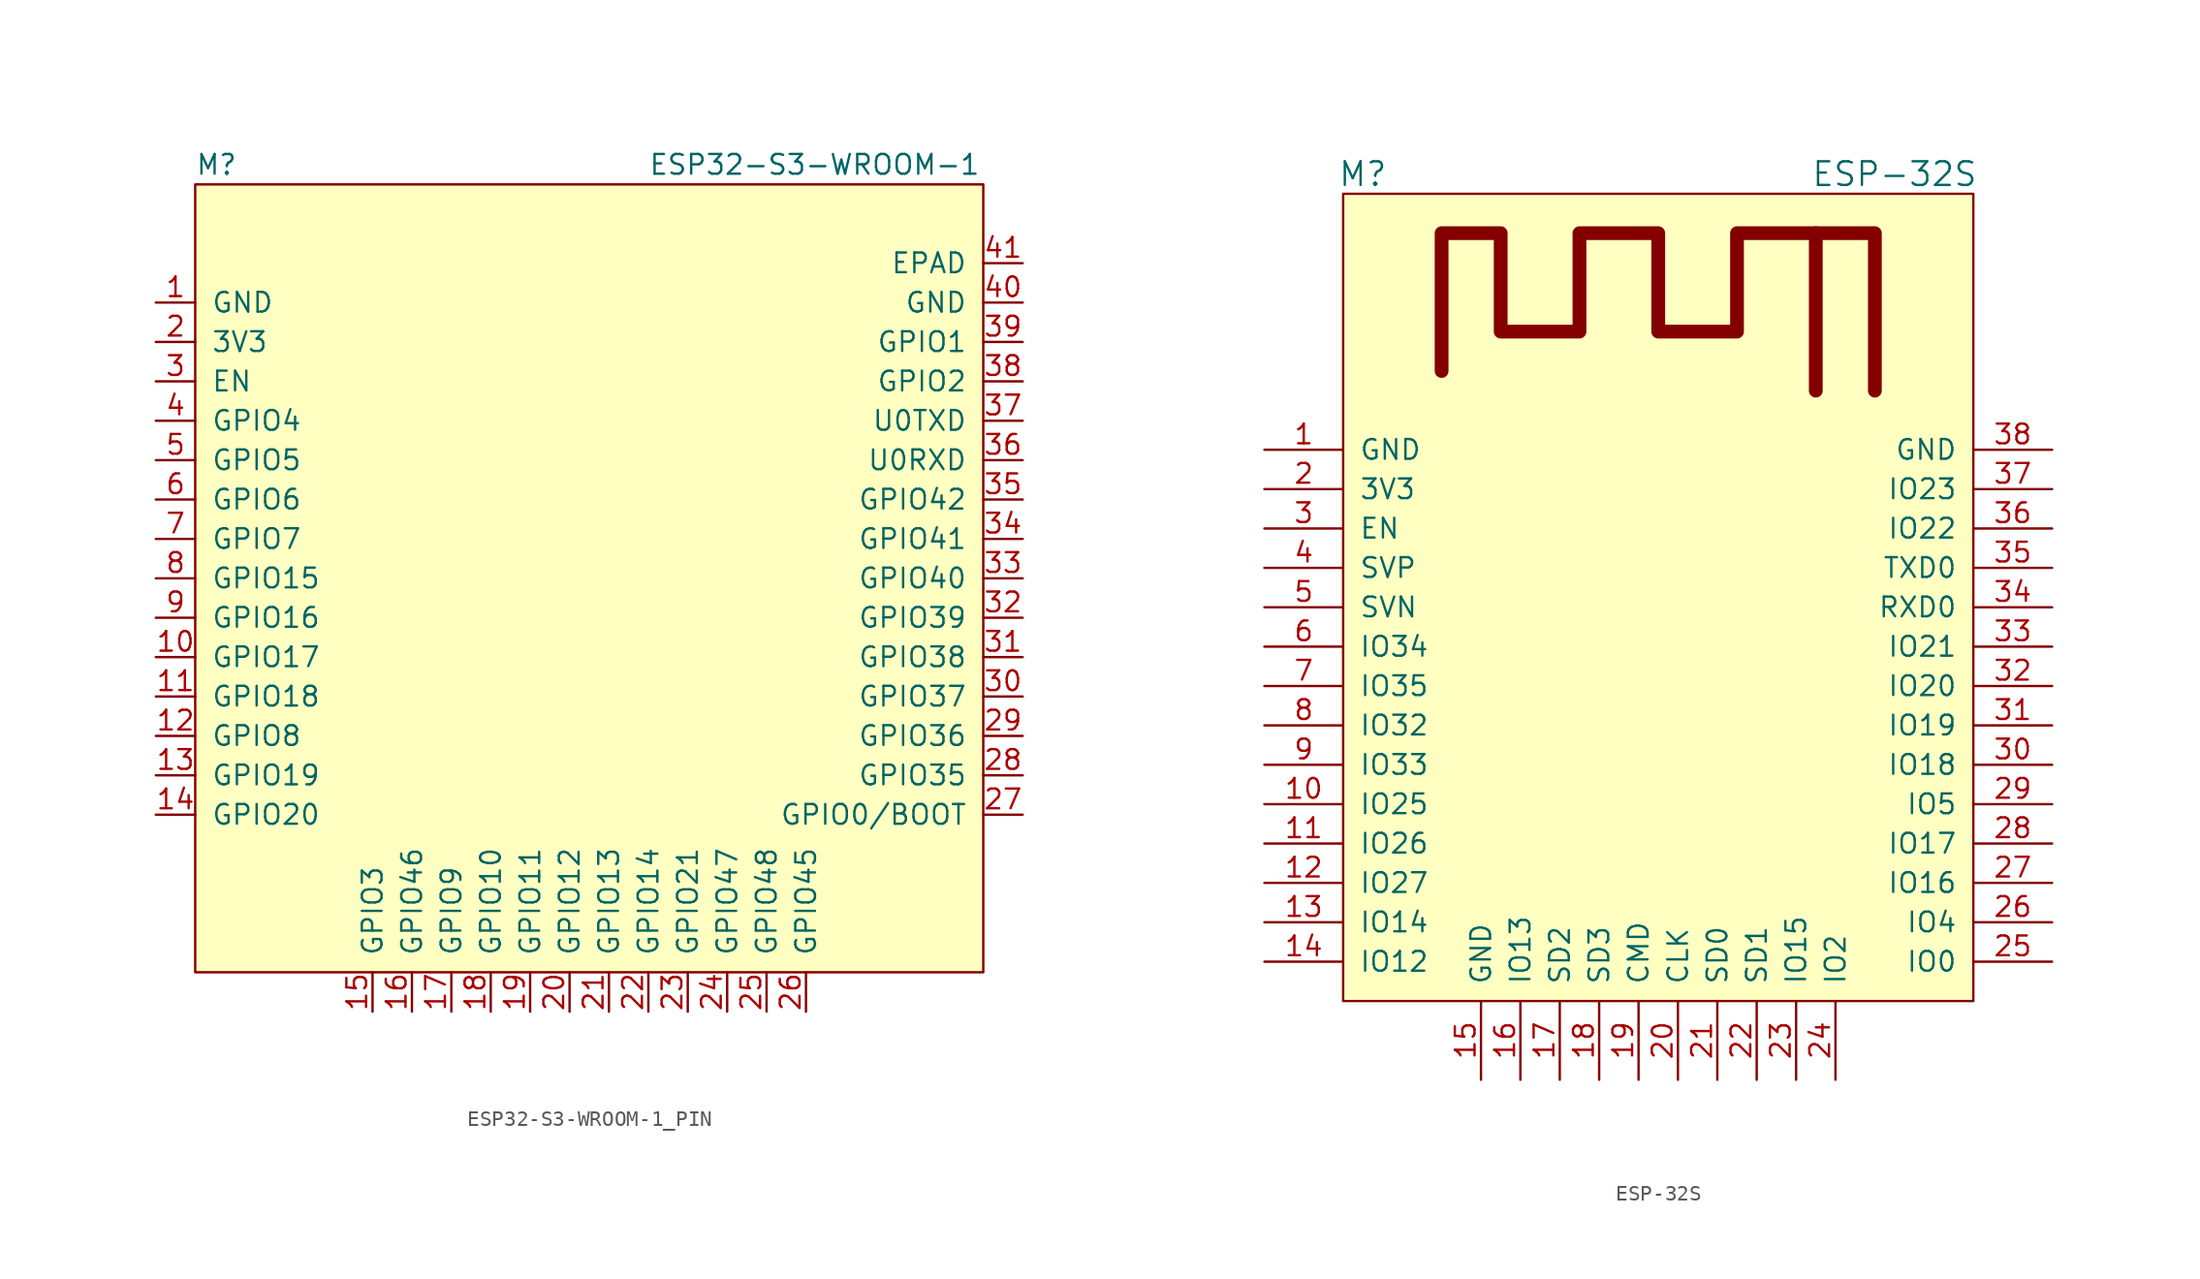
<source format=kicad_sym>
(kicad_symbol_lib
  (version 20220914)
  (generator kicad_symbol_editor)
  (symbol "ESP32-S3-WROOM-1_PIN"
    (pin_names
      (offset 1.016))
    (property "Reference" "M"
      (at -25.4 26.67 0)
      (effects (font (size 1.27 1.27)) (justify left)))
    (property "Value" "ESP32-S3-WROOM-1"
      (at 3.81 26.67 0)
      (effects (font (size 1.27 1.27)) (justify left)))
    (symbol "ESP32-S3-WROOM-1_PIN_0_1"
      (rectangle (start -25.4 25.4) (end 25.4 -25.4) (stroke (width 0) (type default)) (fill (type background))))
    (symbol "ESP32-S3-WROOM-1_PIN_1_0"
      (pin power_in line (at -27.94 17.78 0) (length 2.54) (name "GND" (effects (font (size 1.27 1.27)))) (number "1" (effects (font (size 1.27 1.27)))))
      (pin bidirectional line (at -27.94 -5.08 0) (length 2.54) (name "GPIO17" (effects (font (size 1.27 1.27)))) (number "10" (effects (font (size 1.27 1.27)))))
      (pin bidirectional line (at -27.94 -7.62 0) (length 2.54) (name "GPIO18" (effects (font (size 1.27 1.27)))) (number "11" (effects (font (size 1.27 1.27)))))
      (pin bidirectional line (at -27.94 -10.16 0) (length 2.54) (name "GPIO8" (effects (font (size 1.27 1.27)))) (number "12" (effects (font (size 1.27 1.27)))))
      (pin bidirectional line (at -27.94 -12.7 0) (length 2.54) (name "GPIO19" (effects (font (size 1.27 1.27)))) (number "13" (effects (font (size 1.27 1.27)))))
      (pin bidirectional line (at -27.94 -15.24 0) (length 2.54) (name "GPIO20" (effects (font (size 1.27 1.27)))) (number "14" (effects (font (size 1.27 1.27)))))
      (pin bidirectional line (at -13.97 -27.94 90) (length 2.54) (name "GPIO3" (effects (font (size 1.27 1.27)))) (number "15" (effects (font (size 1.27 1.27)))))
      (pin bidirectional line (at -11.43 -27.94 90) (length 2.54) (name "GPIO46" (effects (font (size 1.27 1.27)))) (number "16" (effects (font (size 1.27 1.27)))))
      (pin bidirectional line (at -8.89 -27.94 90) (length 2.54) (name "GPIO9" (effects (font (size 1.27 1.27)))) (number "17" (effects (font (size 1.27 1.27)))))
      (pin bidirectional line (at -6.35 -27.94 90) (length 2.54) (name "GPIO10" (effects (font (size 1.27 1.27)))) (number "18" (effects (font (size 1.27 1.27)))))
      (pin bidirectional line (at -3.81 -27.94 90) (length 2.54) (name "GPIO11" (effects (font (size 1.27 1.27)))) (number "19" (effects (font (size 1.27 1.27)))))
      (pin power_in line (at -27.94 15.24 0) (length 2.54) (name "3V3" (effects (font (size 1.27 1.27)))) (number "2" (effects (font (size 1.27 1.27)))))
      (pin bidirectional line (at -1.27 -27.94 90) (length 2.54) (name "GPIO12" (effects (font (size 1.27 1.27)))) (number "20" (effects (font (size 1.27 1.27)))))
      (pin bidirectional line (at 1.27 -27.94 90) (length 2.54) (name "GPIO13" (effects (font (size 1.27 1.27)))) (number "21" (effects (font (size 1.27 1.27)))))
      (pin bidirectional line (at 3.81 -27.94 90) (length 2.54) (name "GPIO14" (effects (font (size 1.27 1.27)))) (number "22" (effects (font (size 1.27 1.27)))))
      (pin bidirectional line (at 6.35 -27.94 90) (length 2.54) (name "GPIO21" (effects (font (size 1.27 1.27)))) (number "23" (effects (font (size 1.27 1.27)))))
      (pin bidirectional line (at 8.89 -27.94 90) (length 2.54) (name "GPIO47" (effects (font (size 1.27 1.27)))) (number "24" (effects (font (size 1.27 1.27)))))
      (pin bidirectional line (at 11.43 -27.94 90) (length 2.54) (name "GPIO48" (effects (font (size 1.27 1.27)))) (number "25" (effects (font (size 1.27 1.27)))))
      (pin bidirectional line (at 13.97 -27.94 90) (length 2.54) (name "GPIO45" (effects (font (size 1.27 1.27)))) (number "26" (effects (font (size 1.27 1.27)))))
      (pin bidirectional line (at 27.94 -15.24 180) (length 2.54) (name "GPIO0/BOOT" (effects (font (size 1.27 1.27)))) (number "27" (effects (font (size 1.27 1.27)))))
      (pin bidirectional line (at 27.94 -12.7 180) (length 2.54) (name "GPIO35" (effects (font (size 1.27 1.27)))) (number "28" (effects (font (size 1.27 1.27)))))
      (pin bidirectional line (at 27.94 -10.16 180) (length 2.54) (name "GPIO36" (effects (font (size 1.27 1.27)))) (number "29" (effects (font (size 1.27 1.27)))))
      (pin input line (at -27.94 12.7 0) (length 2.54) (name "EN" (effects (font (size 1.27 1.27)))) (number "3" (effects (font (size 1.27 1.27)))))
      (pin bidirectional line (at 27.94 -7.62 180) (length 2.54) (name "GPIO37" (effects (font (size 1.27 1.27)))) (number "30" (effects (font (size 1.27 1.27)))))
      (pin bidirectional line (at 27.94 -5.08 180) (length 2.54) (name "GPIO38" (effects (font (size 1.27 1.27)))) (number "31" (effects (font (size 1.27 1.27)))))
      (pin bidirectional line (at 27.94 -2.54 180) (length 2.54) (name "GPIO39" (effects (font (size 1.27 1.27)))) (number "32" (effects (font (size 1.27 1.27)))))
      (pin bidirectional line (at 27.94 0 180) (length 2.54) (name "GPIO40" (effects (font (size 1.27 1.27)))) (number "33" (effects (font (size 1.27 1.27)))))
      (pin bidirectional line (at 27.94 2.54 180) (length 2.54) (name "GPIO41" (effects (font (size 1.27 1.27)))) (number "34" (effects (font (size 1.27 1.27)))))
      (pin bidirectional line (at 27.94 5.08 180) (length 2.54) (name "GPIO42" (effects (font (size 1.27 1.27)))) (number "35" (effects (font (size 1.27 1.27)))))
      (pin input line (at 27.94 7.62 180) (length 2.54) (name "U0RXD" (effects (font (size 1.27 1.27)))) (number "36" (effects (font (size 1.27 1.27)))))
      (pin output line (at 27.94 10.16 180) (length 2.54) (name "U0TXD" (effects (font (size 1.27 1.27)))) (number "37" (effects (font (size 1.27 1.27)))))
      (pin bidirectional line (at 27.94 12.7 180) (length 2.54) (name "GPIO2" (effects (font (size 1.27 1.27)))) (number "38" (effects (font (size 1.27 1.27)))))
      (pin bidirectional line (at 27.94 15.24 180) (length 2.54) (name "GPIO1" (effects (font (size 1.27 1.27)))) (number "39" (effects (font (size 1.27 1.27)))))
      (pin bidirectional line (at -27.94 10.16 0) (length 2.54) (name "GPIO4" (effects (font (size 1.27 1.27)))) (number "4" (effects (font (size 1.27 1.27)))))
      (pin power_in line (at 27.94 17.78 180) (length 2.54) (name "GND" (effects (font (size 1.27 1.27)))) (number "40" (effects (font (size 1.27 1.27)))))
      (pin passive line (at 27.94 20.32 180) (length 2.54) (name "EPAD" (effects (font (size 1.27 1.27)))) (number "41" (effects (font (size 1.27 1.27)))))
      (pin bidirectional line (at -27.94 7.62 0) (length 2.54) (name "GPIO5" (effects (font (size 1.27 1.27)))) (number "5" (effects (font (size 1.27 1.27)))))
      (pin bidirectional line (at -27.94 5.08 0) (length 2.54) (name "GPIO6" (effects (font (size 1.27 1.27)))) (number "6" (effects (font (size 1.27 1.27)))))
      (pin bidirectional line (at -27.94 2.54 0) (length 2.54) (name "GPIO7" (effects (font (size 1.27 1.27)))) (number "7" (effects (font (size 1.27 1.27)))))
      (pin bidirectional line (at -27.94 0 0) (length 2.54) (name "GPIO15" (effects (font (size 1.27 1.27)))) (number "8" (effects (font (size 1.27 1.27)))))
      (pin bidirectional line (at -27.94 -2.54 0) (length 2.54) (name "GPIO16" (effects (font (size 1.27 1.27)))) (number "9" (effects (font (size 1.27 1.27)))))))
  (symbol "ESP-32S"
    (pin_names
      (offset 1.016))
    (property "Reference" "M"
      (at -19.05 27.94 0)
      (effects (font (size 1.524 1.524))))
    (property "Value" "ESP-32S"
      (at 15.24 27.94 0)
      (effects (font (size 1.524 1.524))))
    (symbol "ESP-32S_0_1"
      (rectangle (start -20.32 26.67) (end 20.32 -25.4) (stroke (width 0) (type default)) (fill (type background)))
      (polyline (pts (xy 10.16 24.13) (xy 10.16 13.97)) (stroke (width 0.889) (type default)) (fill (type none)))
      (polyline (pts (xy -13.97 15.24) (xy -13.97 24.13) (xy -10.16 24.13) (xy -10.16 17.78) (xy -5.08 17.78) (xy -5.08 24.13) (xy 0 24.13) (xy 0 17.78) (xy 5.08 17.78) (xy 5.08 24.13) (xy 13.97 24.13) (xy 13.97 13.97)) (stroke (width 0.889) (type default)) (fill (type none))))
    (symbol "ESP-32S_1_1"
      (pin power_in line (at -25.4 10.16 0) (length 5.08) (name "GND" (effects (font (size 1.27 1.27)))) (number "1" (effects (font (size 1.27 1.27)))))
      (pin bidirectional line (at -25.4 -12.7 0) (length 5.08) (name "IO25" (effects (font (size 1.27 1.27)))) (number "10" (effects (font (size 1.27 1.27)))))
      (pin bidirectional line (at -25.4 -15.24 0) (length 5.08) (name "IO26" (effects (font (size 1.27 1.27)))) (number "11" (effects (font (size 1.27 1.27)))))
      (pin bidirectional line (at -25.4 -17.78 0) (length 5.08) (name "IO27" (effects (font (size 1.27 1.27)))) (number "12" (effects (font (size 1.27 1.27)))))
      (pin bidirectional line (at -25.4 -20.32 0) (length 5.08) (name "IO14" (effects (font (size 1.27 1.27)))) (number "13" (effects (font (size 1.27 1.27)))))
      (pin bidirectional line (at -25.4 -22.86 0) (length 5.08) (name "IO12" (effects (font (size 1.27 1.27)))) (number "14" (effects (font (size 1.27 1.27)))))
      (pin power_in line (at -11.43 -30.48 90) (length 5.08) (name "GND" (effects (font (size 1.27 1.27)))) (number "15" (effects (font (size 1.27 1.27)))))
      (pin bidirectional line (at -8.89 -30.48 90) (length 5.08) (name "IO13" (effects (font (size 1.27 1.27)))) (number "16" (effects (font (size 1.27 1.27)))))
      (pin bidirectional line (at -6.35 -30.48 90) (length 5.08) (name "SD2" (effects (font (size 1.27 1.27)))) (number "17" (effects (font (size 1.27 1.27)))))
      (pin bidirectional line (at -3.81 -30.48 90) (length 5.08) (name "SD3" (effects (font (size 1.27 1.27)))) (number "18" (effects (font (size 1.27 1.27)))))
      (pin bidirectional line (at -1.27 -30.48 90) (length 5.08) (name "CMD" (effects (font (size 1.27 1.27)))) (number "19" (effects (font (size 1.27 1.27)))))
      (pin power_in line (at -25.4 7.62 0) (length 5.08) (name "3V3" (effects (font (size 1.27 1.27)))) (number "2" (effects (font (size 1.27 1.27)))))
      (pin bidirectional line (at 1.27 -30.48 90) (length 5.08) (name "CLK" (effects (font (size 1.27 1.27)))) (number "20" (effects (font (size 1.27 1.27)))))
      (pin bidirectional line (at 3.81 -30.48 90) (length 5.08) (name "SD0" (effects (font (size 1.27 1.27)))) (number "21" (effects (font (size 1.27 1.27)))))
      (pin bidirectional line (at 6.35 -30.48 90) (length 5.08) (name "SD1" (effects (font (size 1.27 1.27)))) (number "22" (effects (font (size 1.27 1.27)))))
      (pin bidirectional line (at 8.89 -30.48 90) (length 5.08) (name "IO15" (effects (font (size 1.27 1.27)))) (number "23" (effects (font (size 1.27 1.27)))))
      (pin bidirectional line (at 11.43 -30.48 90) (length 5.08) (name "IO2" (effects (font (size 1.27 1.27)))) (number "24" (effects (font (size 1.27 1.27)))))
      (pin bidirectional line (at 25.4 -22.86 180) (length 5.08) (name "IO0" (effects (font (size 1.27 1.27)))) (number "25" (effects (font (size 1.27 1.27)))))
      (pin bidirectional line (at 25.4 -20.32 180) (length 5.08) (name "IO4" (effects (font (size 1.27 1.27)))) (number "26" (effects (font (size 1.27 1.27)))))
      (pin bidirectional line (at 25.4 -17.78 180) (length 5.08) (name "IO16" (effects (font (size 1.27 1.27)))) (number "27" (effects (font (size 1.27 1.27)))))
      (pin bidirectional line (at 25.4 -15.24 180) (length 5.08) (name "IO17" (effects (font (size 1.27 1.27)))) (number "28" (effects (font (size 1.27 1.27)))))
      (pin bidirectional line (at 25.4 -12.7 180) (length 5.08) (name "IO5" (effects (font (size 1.27 1.27)))) (number "29" (effects (font (size 1.27 1.27)))))
      (pin input line (at -25.4 5.08 0) (length 5.08) (name "EN" (effects (font (size 1.27 1.27)))) (number "3" (effects (font (size 1.27 1.27)))))
      (pin bidirectional line (at 25.4 -10.16 180) (length 5.08) (name "IO18" (effects (font (size 1.27 1.27)))) (number "30" (effects (font (size 1.27 1.27)))))
      (pin bidirectional line (at 25.4 -7.62 180) (length 5.08) (name "IO19" (effects (font (size 1.27 1.27)))) (number "31" (effects (font (size 1.27 1.27)))))
      (pin bidirectional line (at 25.4 -5.08 180) (length 5.08) (name "IO20" (effects (font (size 1.27 1.27)))) (number "32" (effects (font (size 1.27 1.27)))))
      (pin bidirectional line (at 25.4 -2.54 180) (length 5.08) (name "IO21" (effects (font (size 1.27 1.27)))) (number "33" (effects (font (size 1.27 1.27)))))
      (pin input line (at 25.4 0 180) (length 5.08) (name "RXD0" (effects (font (size 1.27 1.27)))) (number "34" (effects (font (size 1.27 1.27)))))
      (pin output line (at 25.4 2.54 180) (length 5.08) (name "TXD0" (effects (font (size 1.27 1.27)))) (number "35" (effects (font (size 1.27 1.27)))))
      (pin bidirectional line (at 25.4 5.08 180) (length 5.08) (name "IO22" (effects (font (size 1.27 1.27)))) (number "36" (effects (font (size 1.27 1.27)))))
      (pin bidirectional line (at 25.4 7.62 180) (length 5.08) (name "IO23" (effects (font (size 1.27 1.27)))) (number "37" (effects (font (size 1.27 1.27)))))
      (pin power_in line (at 25.4 10.16 180) (length 5.08) (name "GND" (effects (font (size 1.27 1.27)))) (number "38" (effects (font (size 1.27 1.27)))))
      (pin input line (at -25.4 2.54 0) (length 5.08) (name "SVP" (effects (font (size 1.27 1.27)))) (number "4" (effects (font (size 1.27 1.27)))))
      (pin input line (at -25.4 0 0) (length 5.08) (name "SVN" (effects (font (size 1.27 1.27)))) (number "5" (effects (font (size 1.27 1.27)))))
      (pin bidirectional line (at -25.4 -2.54 0) (length 5.08) (name "IO34" (effects (font (size 1.27 1.27)))) (number "6" (effects (font (size 1.27 1.27)))))
      (pin bidirectional line (at -25.4 -5.08 0) (length 5.08) (name "IO35" (effects (font (size 1.27 1.27)))) (number "7" (effects (font (size 1.27 1.27)))))
      (pin bidirectional line (at -25.4 -7.62 0) (length 5.08) (name "IO32" (effects (font (size 1.27 1.27)))) (number "8" (effects (font (size 1.27 1.27)))))
      (pin bidirectional line (at -25.4 -10.16 0) (length 5.08) (name "IO33" (effects (font (size 1.27 1.27)))) (number "9" (effects (font (size 1.27 1.27))))))))
</source>
